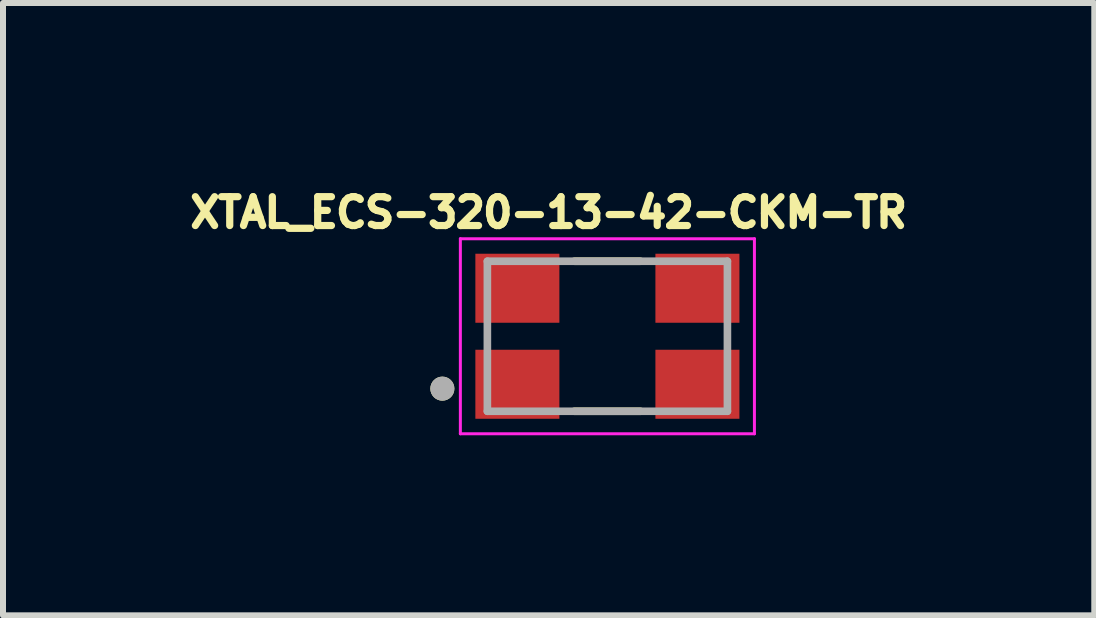
<source format=kicad_pcb>
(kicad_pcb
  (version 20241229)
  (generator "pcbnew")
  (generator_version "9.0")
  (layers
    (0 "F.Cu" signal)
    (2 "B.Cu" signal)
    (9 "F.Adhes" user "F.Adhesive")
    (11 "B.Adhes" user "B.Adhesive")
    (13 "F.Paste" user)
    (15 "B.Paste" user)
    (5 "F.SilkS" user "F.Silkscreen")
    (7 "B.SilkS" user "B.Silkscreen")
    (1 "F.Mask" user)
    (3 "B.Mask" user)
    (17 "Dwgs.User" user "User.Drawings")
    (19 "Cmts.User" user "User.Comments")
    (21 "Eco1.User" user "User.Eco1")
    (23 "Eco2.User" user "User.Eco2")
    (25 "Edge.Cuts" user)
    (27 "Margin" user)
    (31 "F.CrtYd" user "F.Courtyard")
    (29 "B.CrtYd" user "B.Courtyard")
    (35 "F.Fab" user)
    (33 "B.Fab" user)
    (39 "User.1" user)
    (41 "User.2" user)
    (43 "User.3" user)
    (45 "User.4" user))
  (footprint "XTAL_ECS-320-13-42-CKM-TR"
    (layer "F.Cu")
    (at 7.071 2.553)
    (property "Reference" "XTAL_ECS-320-13-42-CKM-TR" (at -0.979 -2.061 0) (layer "F.SilkS") (effects (font (size 0.481 0.481) (thickness 0.15))))
    (attr smd)
    (fp_line (start -0.55 -1.25) (end 0.55 -1.25) (stroke (width 0.127) (type solid)) (layer "F.SilkS"))
    (fp_line (start -0.55 1.25) (end 0.55 1.25) (stroke (width 0.127) (type solid)) (layer "F.SilkS"))
    (fp_circle (center -2.75 0.873) (end -2.65 0.873) (stroke (width 0.2) (type solid)) (fill no) (layer "F.SilkS"))
    (fp_line (start -2.45 -1.625) (end 2.45 -1.625) (stroke (width 0.05) (type solid)) (layer "F.CrtYd"))
    (fp_line (start -2.45 1.625) (end -2.45 -1.625) (stroke (width 0.05) (type solid)) (layer "F.CrtYd"))
    (fp_line (start 2.45 -1.625) (end 2.45 1.625) (stroke (width 0.05) (type solid)) (layer "F.CrtYd"))
    (fp_line (start 2.45 1.625) (end -2.45 1.625) (stroke (width 0.05) (type solid)) (layer "F.CrtYd"))
    (fp_line (start -2 -1.25) (end 2 -1.25) (stroke (width 0.127) (type solid)) (layer "F.Fab"))
    (fp_line (start -2 1.25) (end -2 -1.25) (stroke (width 0.127) (type solid)) (layer "F.Fab"))
    (fp_line (start 2 -1.25) (end 2 1.25) (stroke (width 0.127) (type solid)) (layer "F.Fab"))
    (fp_line (start 2 1.25) (end -2 1.25) (stroke (width 0.127) (type solid)) (layer "F.Fab"))
    (fp_circle (center -2.75 0.873) (end -2.65 0.873) (stroke (width 0.2) (type solid)) (fill no) (layer "F.Fab"))
    (pad "1" smd rect (at -1.5 0.8 270) (size 1.15 1.4) (layers "F.Cu" "F.Mask" "F.Paste"))
    (pad "2" smd rect (at 1.5 0.8 270) (size 1.15 1.4) (layers "F.Cu" "F.Mask" "F.Paste"))
    (pad "3" smd rect (at 1.5 -0.8 270) (size 1.15 1.4) (layers "F.Cu" "F.Mask" "F.Paste"))
    (pad "4" smd rect (at -1.5 -0.8 270) (size 1.15 1.4) (layers "F.Cu" "F.Mask" "F.Paste")))
  (gr_rect
    (start -3 -3)
    (end 15.184 7.203)
    (stroke (width 0.1) (type default))
    (fill no)
    (layer "Edge.Cuts")))
</source>
